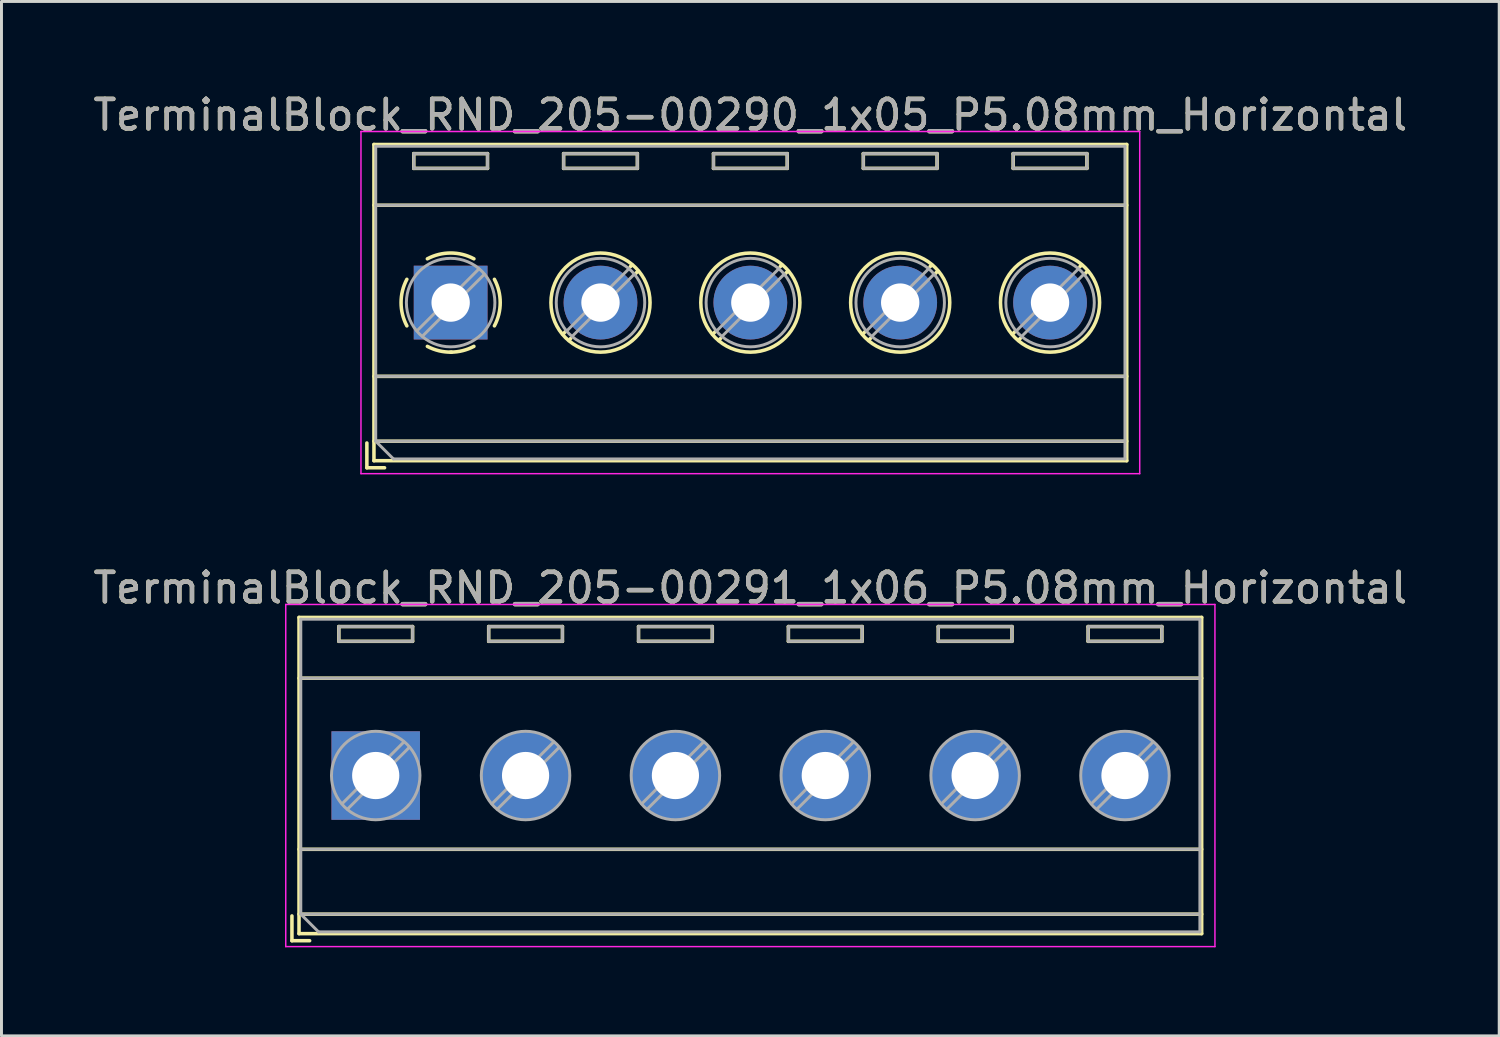
<source format=kicad_pcb>
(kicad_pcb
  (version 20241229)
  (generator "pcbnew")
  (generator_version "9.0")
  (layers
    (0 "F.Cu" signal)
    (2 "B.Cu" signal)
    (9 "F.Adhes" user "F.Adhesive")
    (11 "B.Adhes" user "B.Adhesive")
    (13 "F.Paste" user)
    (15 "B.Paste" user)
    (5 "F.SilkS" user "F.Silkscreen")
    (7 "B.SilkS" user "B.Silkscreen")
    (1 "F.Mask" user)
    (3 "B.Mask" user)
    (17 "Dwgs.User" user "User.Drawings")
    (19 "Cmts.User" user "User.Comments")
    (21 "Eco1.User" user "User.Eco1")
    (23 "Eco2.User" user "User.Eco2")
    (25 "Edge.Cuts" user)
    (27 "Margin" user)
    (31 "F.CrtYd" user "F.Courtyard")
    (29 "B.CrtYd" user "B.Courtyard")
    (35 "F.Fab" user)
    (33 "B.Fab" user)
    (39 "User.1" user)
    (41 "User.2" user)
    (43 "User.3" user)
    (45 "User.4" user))
  (footprint "TerminalBlock_RND_205-00290_1x05_P5.08mm_Horizontal"
    (layer "F.Cu")
    (at 12.227 7.208)
    (property "Reference" "TerminalBlock_RND_205-00290_1x05_P5.08mm_Horizontal" (at 10.16 -6.36 0) (layer "F.SilkS") (effects (font (size 1 1) (thickness 0.15))))
    (attr through_hole)
    (fp_line (start -2.84 4.76) (end -2.84 5.6) (stroke (width 0.12) (type solid)) (layer "F.SilkS"))
    (fp_line (start -2.84 5.6) (end -2.24 5.6) (stroke (width 0.12) (type solid)) (layer "F.SilkS"))
    (fp_line (start -2.6 -5.36) (end -2.6 5.36) (stroke (width 0.12) (type solid)) (layer "F.SilkS"))
    (fp_line (start -2.6 -5.36) (end 22.92 -5.36) (stroke (width 0.12) (type solid)) (layer "F.SilkS"))
    (fp_line (start -2.6 -3.3) (end 22.92 -3.3) (stroke (width 0.12) (type solid)) (layer "F.SilkS"))
    (fp_line (start -2.6 2.5) (end 22.92 2.5) (stroke (width 0.12) (type solid)) (layer "F.SilkS"))
    (fp_line (start -2.6 4.7) (end 22.92 4.7) (stroke (width 0.12) (type solid)) (layer "F.SilkS"))
    (fp_line (start -2.6 5.36) (end 22.92 5.36) (stroke (width 0.12) (type solid)) (layer "F.SilkS"))
    (fp_line (start -1.25 -5.05) (end -1.25 -4.55) (stroke (width 0.12) (type solid)) (layer "F.SilkS"))
    (fp_line (start -1.25 -5.05) (end 1.25 -5.05) (stroke (width 0.12) (type solid)) (layer "F.SilkS"))
    (fp_line (start -1.25 -4.55) (end 1.25 -4.55) (stroke (width 0.12) (type solid)) (layer "F.SilkS"))
    (fp_line (start 1.25 -5.05) (end 1.25 -4.55) (stroke (width 0.12) (type solid)) (layer "F.SilkS"))
    (fp_line (start 3.83 -5.05) (end 3.83 -4.55) (stroke (width 0.12) (type solid)) (layer "F.SilkS"))
    (fp_line (start 3.83 -5.05) (end 6.33 -5.05) (stroke (width 0.12) (type solid)) (layer "F.SilkS"))
    (fp_line (start 3.83 -4.55) (end 6.33 -4.55) (stroke (width 0.12) (type solid)) (layer "F.SilkS"))
    (fp_line (start 3.9 0.976) (end 3.806 1.069) (stroke (width 0.12) (type solid)) (layer "F.SilkS"))
    (fp_line (start 4.07 1.216) (end 4.011 1.274) (stroke (width 0.12) (type solid)) (layer "F.SilkS"))
    (fp_line (start 6.15 -1.275) (end 6.091 -1.216) (stroke (width 0.12) (type solid)) (layer "F.SilkS"))
    (fp_line (start 6.33 -5.05) (end 6.33 -4.55) (stroke (width 0.12) (type solid)) (layer "F.SilkS"))
    (fp_line (start 6.355 -1.069) (end 6.261 -0.976) (stroke (width 0.12) (type solid)) (layer "F.SilkS"))
    (fp_line (start 8.91 -5.05) (end 8.91 -4.55) (stroke (width 0.12) (type solid)) (layer "F.SilkS"))
    (fp_line (start 8.91 -5.05) (end 11.41 -5.05) (stroke (width 0.12) (type solid)) (layer "F.SilkS"))
    (fp_line (start 8.91 -4.55) (end 11.41 -4.55) (stroke (width 0.12) (type solid)) (layer "F.SilkS"))
    (fp_line (start 8.98 0.976) (end 8.886 1.069) (stroke (width 0.12) (type solid)) (layer "F.SilkS"))
    (fp_line (start 9.15 1.216) (end 9.091 1.274) (stroke (width 0.12) (type solid)) (layer "F.SilkS"))
    (fp_line (start 11.23 -1.275) (end 11.171 -1.216) (stroke (width 0.12) (type solid)) (layer "F.SilkS"))
    (fp_line (start 11.41 -5.05) (end 11.41 -4.55) (stroke (width 0.12) (type solid)) (layer "F.SilkS"))
    (fp_line (start 11.435 -1.069) (end 11.341 -0.976) (stroke (width 0.12) (type solid)) (layer "F.SilkS"))
    (fp_line (start 13.99 -5.05) (end 13.99 -4.55) (stroke (width 0.12) (type solid)) (layer "F.SilkS"))
    (fp_line (start 13.99 -5.05) (end 16.49 -5.05) (stroke (width 0.12) (type solid)) (layer "F.SilkS"))
    (fp_line (start 13.99 -4.55) (end 16.49 -4.55) (stroke (width 0.12) (type solid)) (layer "F.SilkS"))
    (fp_line (start 14.06 0.976) (end 13.966 1.069) (stroke (width 0.12) (type solid)) (layer "F.SilkS"))
    (fp_line (start 14.23 1.216) (end 14.171 1.274) (stroke (width 0.12) (type solid)) (layer "F.SilkS"))
    (fp_line (start 16.31 -1.275) (end 16.251 -1.216) (stroke (width 0.12) (type solid)) (layer "F.SilkS"))
    (fp_line (start 16.49 -5.05) (end 16.49 -4.55) (stroke (width 0.12) (type solid)) (layer "F.SilkS"))
    (fp_line (start 16.515 -1.069) (end 16.421 -0.976) (stroke (width 0.12) (type solid)) (layer "F.SilkS"))
    (fp_line (start 19.07 -5.05) (end 19.07 -4.55) (stroke (width 0.12) (type solid)) (layer "F.SilkS"))
    (fp_line (start 19.07 -5.05) (end 21.57 -5.05) (stroke (width 0.12) (type solid)) (layer "F.SilkS"))
    (fp_line (start 19.07 -4.55) (end 21.57 -4.55) (stroke (width 0.12) (type solid)) (layer "F.SilkS"))
    (fp_line (start 19.14 0.976) (end 19.046 1.069) (stroke (width 0.12) (type solid)) (layer "F.SilkS"))
    (fp_line (start 19.31 1.216) (end 19.251 1.274) (stroke (width 0.12) (type solid)) (layer "F.SilkS"))
    (fp_line (start 21.39 -1.275) (end 21.331 -1.216) (stroke (width 0.12) (type solid)) (layer "F.SilkS"))
    (fp_line (start 21.57 -5.05) (end 21.57 -4.55) (stroke (width 0.12) (type solid)) (layer "F.SilkS"))
    (fp_line (start 21.595 -1.069) (end 21.501 -0.976) (stroke (width 0.12) (type solid)) (layer "F.SilkS"))
    (fp_line (start 22.92 -5.36) (end 22.92 5.36) (stroke (width 0.12) (type solid)) (layer "F.SilkS"))
    (fp_arc (start -1.483953 0.789089) (mid -1.680708 0.00005) (end -1.484 -0.789) (stroke (width 0.12) (type solid)) (layer "F.SilkS"))
    (fp_arc (start -0.789089 -1.483953) (mid -0.00005 -1.680708) (end 0.789 -1.484) (stroke (width 0.12) (type solid)) (layer "F.SilkS"))
    (fp_arc (start 0.029383 1.68045) (mid -0.392304 1.634281) (end -0.789 1.484) (stroke (width 0.12) (type solid)) (layer "F.SilkS"))
    (fp_arc (start 0.788712 1.483352) (mid 0.406429 1.630097) (end 0 1.68) (stroke (width 0.12) (type solid)) (layer "F.SilkS"))
    (fp_arc (start 1.483953 -0.789089) (mid 1.680708 -0.00005) (end 1.484 0.789) (stroke (width 0.12) (type solid)) (layer "F.SilkS"))
    (fp_circle (center 5.08 0) (end 6.76 0) (stroke (width 0.12) (type solid)) (fill no) (layer "F.SilkS"))
    (fp_circle (center 10.16 0) (end 11.84 0) (stroke (width 0.12) (type solid)) (fill no) (layer "F.SilkS"))
    (fp_circle (center 15.24 0) (end 16.92 0) (stroke (width 0.12) (type solid)) (fill no) (layer "F.SilkS"))
    (fp_circle (center 20.32 0) (end 22 0) (stroke (width 0.12) (type solid)) (fill no) (layer "F.SilkS"))
    (fp_line (start -3.04 -5.8) (end -3.04 5.8) (stroke (width 0.05) (type solid)) (layer "F.CrtYd"))
    (fp_line (start -3.04 5.8) (end 23.36 5.8) (stroke (width 0.05) (type solid)) (layer "F.CrtYd"))
    (fp_line (start 23.36 -5.8) (end -3.04 -5.8) (stroke (width 0.05) (type solid)) (layer "F.CrtYd"))
    (fp_line (start 23.36 5.8) (end 23.36 -5.8) (stroke (width 0.05) (type solid)) (layer "F.CrtYd"))
    (fp_line (start -2.54 -5.3) (end 22.86 -5.3) (stroke (width 0.1) (type solid)) (layer "F.Fab"))
    (fp_line (start -2.54 -3.3) (end 22.86 -3.3) (stroke (width 0.1) (type solid)) (layer "F.Fab"))
    (fp_line (start -2.54 2.5) (end 22.86 2.5) (stroke (width 0.1) (type solid)) (layer "F.Fab"))
    (fp_line (start -2.54 4.7) (end -2.54 -5.3) (stroke (width 0.1) (type solid)) (layer "F.Fab"))
    (fp_line (start -2.54 4.7) (end 22.86 4.7) (stroke (width 0.1) (type solid)) (layer "F.Fab"))
    (fp_line (start -1.94 5.3) (end -2.54 4.7) (stroke (width 0.1) (type solid)) (layer "F.Fab"))
    (fp_line (start -1.25 -5.05) (end -1.25 -4.55) (stroke (width 0.1) (type solid)) (layer "F.Fab"))
    (fp_line (start -1.25 -4.55) (end 1.25 -4.55) (stroke (width 0.1) (type solid)) (layer "F.Fab"))
    (fp_line (start 0.955 -1.138) (end -1.138 0.955) (stroke (width 0.1) (type solid)) (layer "F.Fab"))
    (fp_line (start 1.138 -0.955) (end -0.955 1.138) (stroke (width 0.1) (type solid)) (layer "F.Fab"))
    (fp_line (start 1.25 -5.05) (end -1.25 -5.05) (stroke (width 0.1) (type solid)) (layer "F.Fab"))
    (fp_line (start 1.25 -4.55) (end 1.25 -5.05) (stroke (width 0.1) (type solid)) (layer "F.Fab"))
    (fp_line (start 3.83 -5.05) (end 3.83 -4.55) (stroke (width 0.1) (type solid)) (layer "F.Fab"))
    (fp_line (start 3.83 -4.55) (end 6.33 -4.55) (stroke (width 0.1) (type solid)) (layer "F.Fab"))
    (fp_line (start 6.035 -1.138) (end 3.943 0.955) (stroke (width 0.1) (type solid)) (layer "F.Fab"))
    (fp_line (start 6.218 -0.955) (end 4.126 1.138) (stroke (width 0.1) (type solid)) (layer "F.Fab"))
    (fp_line (start 6.33 -5.05) (end 3.83 -5.05) (stroke (width 0.1) (type solid)) (layer "F.Fab"))
    (fp_line (start 6.33 -4.55) (end 6.33 -5.05) (stroke (width 0.1) (type solid)) (layer "F.Fab"))
    (fp_line (start 8.91 -5.05) (end 8.91 -4.55) (stroke (width 0.1) (type solid)) (layer "F.Fab"))
    (fp_line (start 8.91 -4.55) (end 11.41 -4.55) (stroke (width 0.1) (type solid)) (layer "F.Fab"))
    (fp_line (start 11.115 -1.138) (end 9.023 0.955) (stroke (width 0.1) (type solid)) (layer "F.Fab"))
    (fp_line (start 11.298 -0.955) (end 9.206 1.138) (stroke (width 0.1) (type solid)) (layer "F.Fab"))
    (fp_line (start 11.41 -5.05) (end 8.91 -5.05) (stroke (width 0.1) (type solid)) (layer "F.Fab"))
    (fp_line (start 11.41 -4.55) (end 11.41 -5.05) (stroke (width 0.1) (type solid)) (layer "F.Fab"))
    (fp_line (start 13.99 -5.05) (end 13.99 -4.55) (stroke (width 0.1) (type solid)) (layer "F.Fab"))
    (fp_line (start 13.99 -4.55) (end 16.49 -4.55) (stroke (width 0.1) (type solid)) (layer "F.Fab"))
    (fp_line (start 16.195 -1.138) (end 14.103 0.955) (stroke (width 0.1) (type solid)) (layer "F.Fab"))
    (fp_line (start 16.378 -0.955) (end 14.286 1.138) (stroke (width 0.1) (type solid)) (layer "F.Fab"))
    (fp_line (start 16.49 -5.05) (end 13.99 -5.05) (stroke (width 0.1) (type solid)) (layer "F.Fab"))
    (fp_line (start 16.49 -4.55) (end 16.49 -5.05) (stroke (width 0.1) (type solid)) (layer "F.Fab"))
    (fp_line (start 19.07 -5.05) (end 19.07 -4.55) (stroke (width 0.1) (type solid)) (layer "F.Fab"))
    (fp_line (start 19.07 -4.55) (end 21.57 -4.55) (stroke (width 0.1) (type solid)) (layer "F.Fab"))
    (fp_line (start 21.275 -1.138) (end 19.183 0.955) (stroke (width 0.1) (type solid)) (layer "F.Fab"))
    (fp_line (start 21.458 -0.955) (end 19.366 1.138) (stroke (width 0.1) (type solid)) (layer "F.Fab"))
    (fp_line (start 21.57 -5.05) (end 19.07 -5.05) (stroke (width 0.1) (type solid)) (layer "F.Fab"))
    (fp_line (start 21.57 -4.55) (end 21.57 -5.05) (stroke (width 0.1) (type solid)) (layer "F.Fab"))
    (fp_line (start 22.86 -5.3) (end 22.86 5.3) (stroke (width 0.1) (type solid)) (layer "F.Fab"))
    (fp_line (start 22.86 5.3) (end -1.94 5.3) (stroke (width 0.1) (type solid)) (layer "F.Fab"))
    (fp_circle (center 0 0) (end 1.5 0) (stroke (width 0.1) (type solid)) (fill no) (layer "F.Fab"))
    (fp_circle (center 5.08 0) (end 6.58 0) (stroke (width 0.1) (type solid)) (fill no) (layer "F.Fab"))
    (fp_circle (center 10.16 0) (end 11.66 0) (stroke (width 0.1) (type solid)) (fill no) (layer "F.Fab"))
    (fp_circle (center 15.24 0) (end 16.74 0) (stroke (width 0.1) (type solid)) (fill no) (layer "F.Fab"))
    (fp_circle (center 20.32 0) (end 21.82 0) (stroke (width 0.1) (type solid)) (fill no) (layer "F.Fab"))
    (fp_text user "${REFERENCE}" (at 10.16 -6.36 0) (layer "F.Fab") (effects (font (size 1 1) (thickness 0.15))))
    (pad "1" thru_hole rect (at 0 0) (size 2.5 2.5) (drill 1.3) (layers "*.Cu" "*.Mask"))
    (pad "2" thru_hole circle (at 5.08 0) (size 2.5 2.5) (drill 1.3) (layers "*.Cu" "*.Mask"))
    (pad "3" thru_hole circle (at 10.16 0) (size 2.5 2.5) (drill 1.3) (layers "*.Cu" "*.Mask"))
    (pad "4" thru_hole circle (at 15.24 0) (size 2.5 2.5) (drill 1.3) (layers "*.Cu" "*.Mask"))
    (pad "5" thru_hole circle (at 20.32 0) (size 2.5 2.5) (drill 1.3) (layers "*.Cu" "*.Mask")))
  (footprint "TerminalBlock_RND_205-00291_1x06_P5.08mm_Horizontal"
    (layer "F.Cu")
    (at 9.687 23.241)
    (property "Reference" "TerminalBlock_RND_205-00291_1x06_P5.08mm_Horizontal" (at 12.7 -6.36 0) (layer "F.SilkS") (effects (font (size 1 1) (thickness 0.15))))
    (attr through_hole)
    (fp_line (start -2.84 4.76) (end -2.84 5.6) (stroke (width 0.12) (type solid)) (layer "F.SilkS"))
    (fp_line (start -2.84 5.6) (end -2.24 5.6) (stroke (width 0.12) (type solid)) (layer "F.SilkS"))
    (fp_line (start -2.6 -5.36) (end -2.6 5.36) (stroke (width 0.12) (type solid)) (layer "F.SilkS"))
    (fp_line (start -2.6 -5.36) (end 28 -5.36) (stroke (width 0.12) (type solid)) (layer "F.SilkS"))
    (fp_line (start -2.6 -3.3) (end 28 -3.3) (stroke (width 0.12) (type solid)) (layer "F.SilkS"))
    (fp_line (start -2.6 2.5) (end 28 2.5) (stroke (width 0.12) (type solid)) (layer "F.SilkS"))
    (fp_line (start -2.6 4.7) (end 28 4.7) (stroke (width 0.12) (type solid)) (layer "F.SilkS"))
    (fp_line (start -2.6 5.36) (end 28 5.36) (stroke (width 0.12) (type solid)) (layer "F.SilkS"))
    (fp_line (start -1.25 -5.05) (end -1.25 -4.55) (stroke (width 0.12) (type solid)) (layer "F.SilkS"))
    (fp_line (start -1.25 -5.05) (end 1.25 -5.05) (stroke (width 0.12) (type solid)) (layer "F.SilkS"))
    (fp_line (start -1.25 -4.55) (end 1.25 -4.55) (stroke (width 0.12) (type solid)) (layer "F.SilkS"))
    (fp_line (start 1.25 -5.05) (end 1.25 -4.55) (stroke (width 0.12) (type solid)) (layer "F.SilkS"))
    (fp_line (start 3.83 -5.05) (end 3.83 -4.55) (stroke (width 0.12) (type solid)) (layer "F.SilkS"))
    (fp_line (start 3.83 -5.05) (end 6.33 -5.05) (stroke (width 0.12) (type solid)) (layer "F.SilkS"))
    (fp_line (start 3.83 -4.55) (end 6.33 -4.55) (stroke (width 0.12) (type solid)) (layer "F.SilkS"))
    (fp_line (start 6.33 -5.05) (end 6.33 -4.55) (stroke (width 0.12) (type solid)) (layer "F.SilkS"))
    (fp_line (start 8.91 -5.05) (end 8.91 -4.55) (stroke (width 0.12) (type solid)) (layer "F.SilkS"))
    (fp_line (start 8.91 -5.05) (end 11.41 -5.05) (stroke (width 0.12) (type solid)) (layer "F.SilkS"))
    (fp_line (start 8.91 -4.55) (end 11.41 -4.55) (stroke (width 0.12) (type solid)) (layer "F.SilkS"))
    (fp_line (start 11.41 -5.05) (end 11.41 -4.55) (stroke (width 0.12) (type solid)) (layer "F.SilkS"))
    (fp_line (start 13.99 -5.05) (end 13.99 -4.55) (stroke (width 0.12) (type solid)) (layer "F.SilkS"))
    (fp_line (start 13.99 -5.05) (end 16.49 -5.05) (stroke (width 0.12) (type solid)) (layer "F.SilkS"))
    (fp_line (start 13.99 -4.55) (end 16.49 -4.55) (stroke (width 0.12) (type solid)) (layer "F.SilkS"))
    (fp_line (start 16.49 -5.05) (end 16.49 -4.55) (stroke (width 0.12) (type solid)) (layer "F.SilkS"))
    (fp_line (start 19.07 -5.05) (end 19.07 -4.55) (stroke (width 0.12) (type solid)) (layer "F.SilkS"))
    (fp_line (start 19.07 -5.05) (end 21.57 -5.05) (stroke (width 0.12) (type solid)) (layer "F.SilkS"))
    (fp_line (start 19.07 -4.55) (end 21.57 -4.55) (stroke (width 0.12) (type solid)) (layer "F.SilkS"))
    (fp_line (start 21.57 -5.05) (end 21.57 -4.55) (stroke (width 0.12) (type solid)) (layer "F.SilkS"))
    (fp_line (start 24.15 -5.05) (end 24.15 -4.55) (stroke (width 0.12) (type solid)) (layer "F.SilkS"))
    (fp_line (start 24.15 -5.05) (end 26.65 -5.05) (stroke (width 0.12) (type solid)) (layer "F.SilkS"))
    (fp_line (start 24.15 -4.55) (end 26.65 -4.55) (stroke (width 0.12) (type solid)) (layer "F.SilkS"))
    (fp_line (start 26.65 -5.05) (end 26.65 -4.55) (stroke (width 0.12) (type solid)) (layer "F.SilkS"))
    (fp_line (start 28 -5.36) (end 28 5.36) (stroke (width 0.12) (type solid)) (layer "F.SilkS"))
    (fp_line (start -3.05 -5.8) (end -3.05 5.8) (stroke (width 0.05) (type solid)) (layer "F.CrtYd"))
    (fp_line (start -3.05 5.8) (end 28.45 5.8) (stroke (width 0.05) (type solid)) (layer "F.CrtYd"))
    (fp_line (start 28.45 -5.8) (end -3.05 -5.8) (stroke (width 0.05) (type solid)) (layer "F.CrtYd"))
    (fp_line (start 28.45 5.8) (end 28.45 -5.8) (stroke (width 0.05) (type solid)) (layer "F.CrtYd"))
    (fp_line (start -2.54 -5.3) (end 27.94 -5.3) (stroke (width 0.1) (type solid)) (layer "F.Fab"))
    (fp_line (start -2.54 -3.3) (end 27.94 -3.3) (stroke (width 0.1) (type solid)) (layer "F.Fab"))
    (fp_line (start -2.54 2.5) (end 27.94 2.5) (stroke (width 0.1) (type solid)) (layer "F.Fab"))
    (fp_line (start -2.54 4.7) (end -2.54 -5.3) (stroke (width 0.1) (type solid)) (layer "F.Fab"))
    (fp_line (start -2.54 4.7) (end 27.94 4.7) (stroke (width 0.1) (type solid)) (layer "F.Fab"))
    (fp_line (start -1.94 5.3) (end -2.54 4.7) (stroke (width 0.1) (type solid)) (layer "F.Fab"))
    (fp_line (start -1.25 -5.05) (end -1.25 -4.55) (stroke (width 0.1) (type solid)) (layer "F.Fab"))
    (fp_line (start -1.25 -4.55) (end 1.25 -4.55) (stroke (width 0.1) (type solid)) (layer "F.Fab"))
    (fp_line (start 0.955 -1.138) (end -1.138 0.955) (stroke (width 0.1) (type solid)) (layer "F.Fab"))
    (fp_line (start 1.138 -0.955) (end -0.955 1.138) (stroke (width 0.1) (type solid)) (layer "F.Fab"))
    (fp_line (start 1.25 -5.05) (end -1.25 -5.05) (stroke (width 0.1) (type solid)) (layer "F.Fab"))
    (fp_line (start 1.25 -4.55) (end 1.25 -5.05) (stroke (width 0.1) (type solid)) (layer "F.Fab"))
    (fp_line (start 3.83 -5.05) (end 3.83 -4.55) (stroke (width 0.1) (type solid)) (layer "F.Fab"))
    (fp_line (start 3.83 -4.55) (end 6.33 -4.55) (stroke (width 0.1) (type solid)) (layer "F.Fab"))
    (fp_line (start 6.035 -1.138) (end 3.943 0.955) (stroke (width 0.1) (type solid)) (layer "F.Fab"))
    (fp_line (start 6.218 -0.955) (end 4.126 1.138) (stroke (width 0.1) (type solid)) (layer "F.Fab"))
    (fp_line (start 6.33 -5.05) (end 3.83 -5.05) (stroke (width 0.1) (type solid)) (layer "F.Fab"))
    (fp_line (start 6.33 -4.55) (end 6.33 -5.05) (stroke (width 0.1) (type solid)) (layer "F.Fab"))
    (fp_line (start 8.91 -5.05) (end 8.91 -4.55) (stroke (width 0.1) (type solid)) (layer "F.Fab"))
    (fp_line (start 8.91 -4.55) (end 11.41 -4.55) (stroke (width 0.1) (type solid)) (layer "F.Fab"))
    (fp_line (start 11.115 -1.138) (end 9.023 0.955) (stroke (width 0.1) (type solid)) (layer "F.Fab"))
    (fp_line (start 11.298 -0.955) (end 9.206 1.138) (stroke (width 0.1) (type solid)) (layer "F.Fab"))
    (fp_line (start 11.41 -5.05) (end 8.91 -5.05) (stroke (width 0.1) (type solid)) (layer "F.Fab"))
    (fp_line (start 11.41 -4.55) (end 11.41 -5.05) (stroke (width 0.1) (type solid)) (layer "F.Fab"))
    (fp_line (start 13.99 -5.05) (end 13.99 -4.55) (stroke (width 0.1) (type solid)) (layer "F.Fab"))
    (fp_line (start 13.99 -4.55) (end 16.49 -4.55) (stroke (width 0.1) (type solid)) (layer "F.Fab"))
    (fp_line (start 16.195 -1.138) (end 14.103 0.955) (stroke (width 0.1) (type solid)) (layer "F.Fab"))
    (fp_line (start 16.378 -0.955) (end 14.286 1.138) (stroke (width 0.1) (type solid)) (layer "F.Fab"))
    (fp_line (start 16.49 -5.05) (end 13.99 -5.05) (stroke (width 0.1) (type solid)) (layer "F.Fab"))
    (fp_line (start 16.49 -4.55) (end 16.49 -5.05) (stroke (width 0.1) (type solid)) (layer "F.Fab"))
    (fp_line (start 19.07 -5.05) (end 19.07 -4.55) (stroke (width 0.1) (type solid)) (layer "F.Fab"))
    (fp_line (start 19.07 -4.55) (end 21.57 -4.55) (stroke (width 0.1) (type solid)) (layer "F.Fab"))
    (fp_line (start 21.275 -1.138) (end 19.183 0.955) (stroke (width 0.1) (type solid)) (layer "F.Fab"))
    (fp_line (start 21.458 -0.955) (end 19.366 1.138) (stroke (width 0.1) (type solid)) (layer "F.Fab"))
    (fp_line (start 21.57 -5.05) (end 19.07 -5.05) (stroke (width 0.1) (type solid)) (layer "F.Fab"))
    (fp_line (start 21.57 -4.55) (end 21.57 -5.05) (stroke (width 0.1) (type solid)) (layer "F.Fab"))
    (fp_line (start 24.15 -5.05) (end 24.15 -4.55) (stroke (width 0.1) (type solid)) (layer "F.Fab"))
    (fp_line (start 24.15 -4.55) (end 26.65 -4.55) (stroke (width 0.1) (type solid)) (layer "F.Fab"))
    (fp_line (start 26.355 -1.138) (end 24.263 0.955) (stroke (width 0.1) (type solid)) (layer "F.Fab"))
    (fp_line (start 26.538 -0.955) (end 24.446 1.138) (stroke (width 0.1) (type solid)) (layer "F.Fab"))
    (fp_line (start 26.65 -5.05) (end 24.15 -5.05) (stroke (width 0.1) (type solid)) (layer "F.Fab"))
    (fp_line (start 26.65 -4.55) (end 26.65 -5.05) (stroke (width 0.1) (type solid)) (layer "F.Fab"))
    (fp_line (start 27.94 -5.3) (end 27.94 5.3) (stroke (width 0.1) (type solid)) (layer "F.Fab"))
    (fp_line (start 27.94 5.3) (end -1.94 5.3) (stroke (width 0.1) (type solid)) (layer "F.Fab"))
    (fp_circle (center 0 0) (end 1.5 0) (stroke (width 0.1) (type solid)) (fill no) (layer "F.Fab"))
    (fp_circle (center 5.08 0) (end 6.58 0) (stroke (width 0.1) (type solid)) (fill no) (layer "F.Fab"))
    (fp_circle (center 10.16 0) (end 11.66 0) (stroke (width 0.1) (type solid)) (fill no) (layer "F.Fab"))
    (fp_circle (center 15.24 0) (end 16.74 0) (stroke (width 0.1) (type solid)) (fill no) (layer "F.Fab"))
    (fp_circle (center 20.32 0) (end 21.82 0) (stroke (width 0.1) (type solid)) (fill no) (layer "F.Fab"))
    (fp_circle (center 25.4 0) (end 26.9 0) (stroke (width 0.1) (type solid)) (fill no) (layer "F.Fab"))
    (fp_text user "${REFERENCE}" (at 12.7 -6.36 0) (layer "F.Fab") (effects (font (size 1 1) (thickness 0.15))))
    (pad "1" thru_hole rect (at 0 0) (size 3 3) (drill 1.6) (layers "*.Cu" "*.Mask"))
    (pad "2" thru_hole circle (at 5.08 0) (size 3 3) (drill 1.6) (layers "*.Cu" "*.Mask"))
    (pad "3" thru_hole circle (at 10.16 0) (size 3 3) (drill 1.6) (layers "*.Cu" "*.Mask"))
    (pad "4" thru_hole circle (at 15.24 0) (size 3 3) (drill 1.6) (layers "*.Cu" "*.Mask"))
    (pad "5" thru_hole circle (at 20.32 0) (size 3 3) (drill 1.6) (layers "*.Cu" "*.Mask"))
    (pad "6" thru_hole circle (at 25.4 0) (size 3 3) (drill 1.6) (layers "*.Cu" "*.Mask")))
  (gr_rect
    (start -3 -3)
    (end 47.774 32.066)
    (stroke (width 0.1) (type default))
    (fill no)
    (layer "Edge.Cuts")))
</source>
